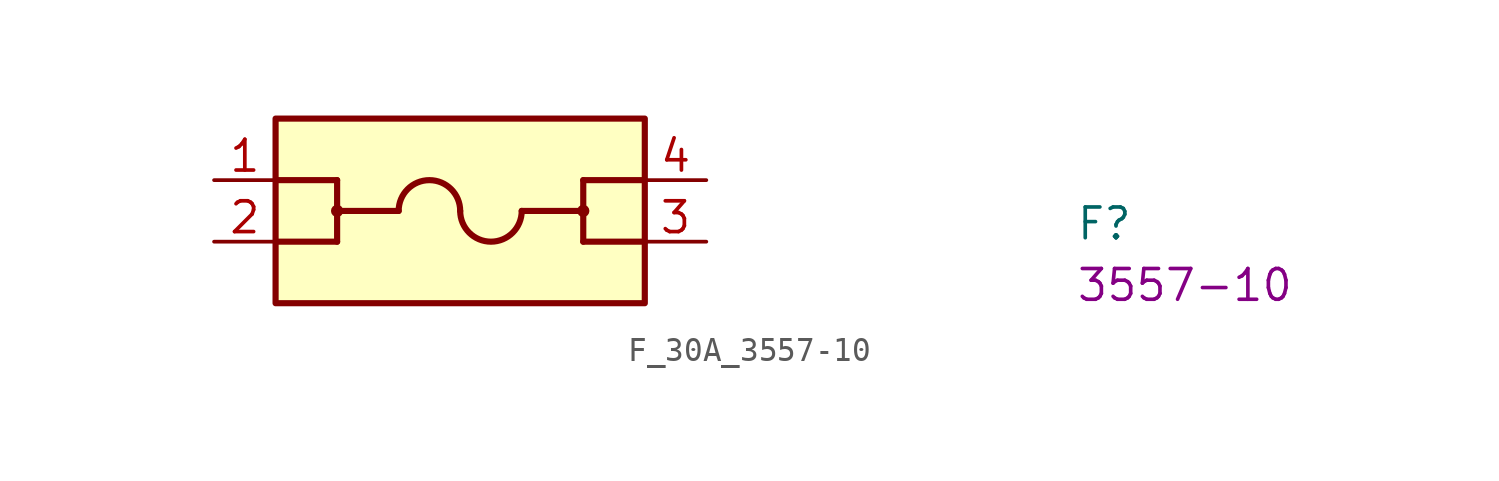
<source format=kicad_sym>
(kicad_symbol_lib
  (version 20220914)
  (generator kicad_symbol_editor)
  (symbol "F_30A_3557-10"
    (pin_names hide)
    (property "Reference" "F"
      (at 35.56 -2.54 0)
      (effects (font (size 1.27 1.27) (thickness 0.15)) (justify left bottom)))
    (property "MPN" "3557-10"
      (at 35.56 -5.08 0)
      (effects (font (size 1.27 1.27) (thickness 0.15)) (justify left bottom)))
    (symbol "F_30A_3557-10_1_1"
      (polyline (pts (xy 5.08 -2.54) (xy 2.54 -2.54)) (stroke (width 0.254) (type default)) (fill (type none)))
      (polyline (pts (xy 5.08 -1.27) (xy 7.62 -1.27)) (stroke (width 0.254) (type default)) (fill (type none)))
      (polyline (pts (xy 5.08 0) (xy 2.54 0)) (stroke (width 0.254) (type default)) (fill (type none)))
      (polyline (pts (xy 5.08 0) (xy 5.08 -2.54)) (stroke (width 0.254) (type default)) (fill (type none)))
      (polyline (pts (xy 12.7 -1.27) (xy 15.24 -1.27)) (stroke (width 0.254) (type default)) (fill (type none)))
      (polyline (pts (xy 15.24 -2.54) (xy 15.24 0)) (stroke (width 0.254) (type default)) (fill (type none)))
      (polyline (pts (xy 17.78 -2.54) (xy 15.24 -2.54)) (stroke (width 0.254) (type default)) (fill (type none)))
      (polyline (pts (xy 17.78 0) (xy 15.24 0)) (stroke (width 0.254) (type default)) (fill (type none)))
      (circle (center 5.08 -1.27) (radius 0.127) (stroke (width 0.254) (type default)) (fill (type none)))
      (arc (start 10.16 -1.27) (mid 8.89 -0.0055) (end 7.62 -1.27) (stroke (width 0.254) (type default)) (fill (type none)))
      (arc (start 10.16 -1.27) (mid 11.43 -2.5345) (end 12.7 -1.27) (stroke (width 0.254) (type default)) (fill (type none)))
      (circle (center 15.24 -1.27) (radius 0.127) (stroke (width 0.254) (type default)) (fill (type none)))
      (rectangle (start 17.78 2.54) (end 2.54 -5.08) (stroke (width 0.254) (type default)) (fill (type background)))
      (pin passive line (at 0 0 0) (length 2.54) (name "1" (effects (font (size 1.27 1.27)))) (number "1" (effects (font (size 1.27 1.27)))))
      (pin passive line (at 0 -2.54 0) (length 2.54) (name "2" (effects (font (size 1.27 1.27)))) (number "2" (effects (font (size 1.27 1.27)))))
      (pin passive line (at 20.32 -2.54 180) (length 2.54) (name "3" (effects (font (size 1.27 1.27)))) (number "3" (effects (font (size 1.27 1.27)))))
      (pin passive line (at 20.32 0 180) (length 2.54) (name "4" (effects (font (size 1.27 1.27)))) (number "4" (effects (font (size 1.27 1.27))))))))
</source>
